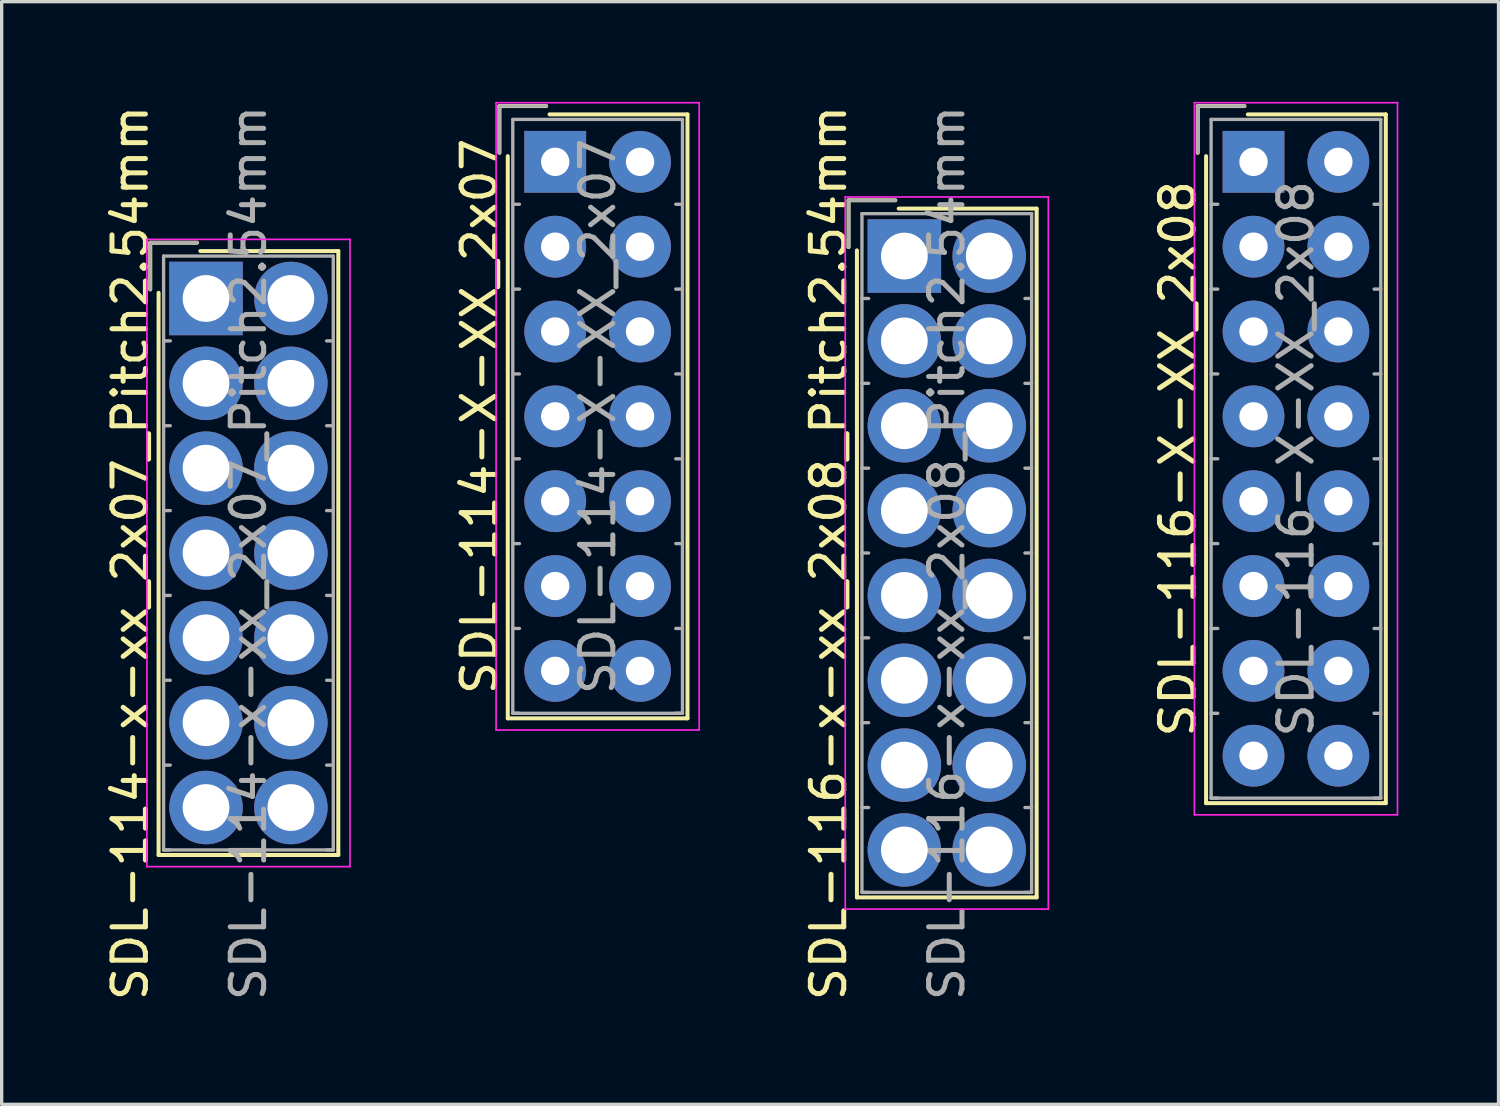
<source format=kicad_pcb>
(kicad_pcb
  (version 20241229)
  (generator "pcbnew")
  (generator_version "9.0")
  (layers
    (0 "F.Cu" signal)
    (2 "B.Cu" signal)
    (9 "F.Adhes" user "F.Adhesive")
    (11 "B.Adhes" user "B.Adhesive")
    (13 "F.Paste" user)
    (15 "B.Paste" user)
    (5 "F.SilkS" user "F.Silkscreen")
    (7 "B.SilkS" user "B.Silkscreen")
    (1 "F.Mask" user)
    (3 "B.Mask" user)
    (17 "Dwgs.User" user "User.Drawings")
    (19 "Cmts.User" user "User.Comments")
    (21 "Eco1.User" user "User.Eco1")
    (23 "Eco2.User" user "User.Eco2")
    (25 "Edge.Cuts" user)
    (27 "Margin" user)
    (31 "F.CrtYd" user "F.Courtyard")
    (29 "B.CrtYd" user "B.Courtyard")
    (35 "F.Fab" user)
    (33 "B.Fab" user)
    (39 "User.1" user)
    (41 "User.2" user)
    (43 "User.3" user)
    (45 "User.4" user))
  (footprint "SDL-114-X-XX_2x07"
    (layer "F.Cu")
    (at 13.572 1.795)
    (property "Reference" "SDL-114-X-XX_2x07" (at -2.27 7.62 90) (layer "F.SilkS") (effects (font (size 1 1) (thickness 0.15))))
    (attr through_hole)
    (fp_line (start -1.67 -1.67) (end -1.67 -0.27) (stroke (width 0.12) (type solid)) (layer "F.SilkS"))
    (fp_line (start -1.42 16.66) (end -1.42 -0.17) (stroke (width 0.12) (type solid)) (layer "F.SilkS"))
    (fp_line (start -0.27 -1.67) (end -1.67 -1.67) (stroke (width 0.12) (type solid)) (layer "F.SilkS"))
    (fp_line (start -0.17 -1.42) (end 3.96 -1.42) (stroke (width 0.12) (type solid)) (layer "F.SilkS"))
    (fp_line (start 3.96 -1.42) (end 3.96 16.66) (stroke (width 0.12) (type solid)) (layer "F.SilkS"))
    (fp_line (start 3.96 16.66) (end -1.42 16.66) (stroke (width 0.12) (type solid)) (layer "F.SilkS"))
    (fp_line (start -1.77 -1.77) (end -1.77 17.01) (stroke (width 0.05) (type solid)) (layer "F.CrtYd"))
    (fp_line (start -1.77 17.01) (end 4.31 17.01) (stroke (width 0.05) (type solid)) (layer "F.CrtYd"))
    (fp_line (start 4.31 -1.77) (end -1.77 -1.77) (stroke (width 0.05) (type solid)) (layer "F.CrtYd"))
    (fp_line (start 4.31 17.01) (end 4.31 -1.77) (stroke (width 0.05) (type solid)) (layer "F.CrtYd"))
    (fp_line (start -1.67 -1.67) (end -1.67 -0.27) (stroke (width 0.1) (type solid)) (layer "F.Fab"))
    (fp_line (start -1.27 -1.27) (end -1.27 16.51) (stroke (width 0.1) (type solid)) (layer "F.Fab"))
    (fp_line (start -1.27 1.27) (end -1.07 1.27) (stroke (width 0.1) (type solid)) (layer "F.Fab"))
    (fp_line (start -1.27 3.81) (end -1.07 3.81) (stroke (width 0.1) (type solid)) (layer "F.Fab"))
    (fp_line (start -1.27 6.35) (end -1.07 6.35) (stroke (width 0.1) (type solid)) (layer "F.Fab"))
    (fp_line (start -1.27 8.89) (end -1.07 8.89) (stroke (width 0.1) (type solid)) (layer "F.Fab"))
    (fp_line (start -1.27 11.43) (end -1.07 11.43) (stroke (width 0.1) (type solid)) (layer "F.Fab"))
    (fp_line (start -1.27 13.97) (end -1.07 13.97) (stroke (width 0.1) (type solid)) (layer "F.Fab"))
    (fp_line (start -1.27 16.51) (end -1.07 16.51) (stroke (width 0.1) (type solid)) (layer "F.Fab"))
    (fp_line (start -1.27 16.51) (end 3.81 16.51) (stroke (width 0.1) (type solid)) (layer "F.Fab"))
    (fp_line (start -0.27 -1.67) (end -1.67 -1.67) (stroke (width 0.1) (type solid)) (layer "F.Fab"))
    (fp_line (start 3.81 -1.27) (end -1.27 -1.27) (stroke (width 0.1) (type solid)) (layer "F.Fab"))
    (fp_line (start 3.81 1.27) (end 3.61 1.27) (stroke (width 0.1) (type solid)) (layer "F.Fab"))
    (fp_line (start 3.81 3.81) (end 3.61 3.81) (stroke (width 0.1) (type solid)) (layer "F.Fab"))
    (fp_line (start 3.81 6.35) (end 3.61 6.35) (stroke (width 0.1) (type solid)) (layer "F.Fab"))
    (fp_line (start 3.81 8.89) (end 3.61 8.89) (stroke (width 0.1) (type solid)) (layer "F.Fab"))
    (fp_line (start 3.81 11.43) (end 3.61 11.43) (stroke (width 0.1) (type solid)) (layer "F.Fab"))
    (fp_line (start 3.81 13.97) (end 3.61 13.97) (stroke (width 0.1) (type solid)) (layer "F.Fab"))
    (fp_line (start 3.81 16.51) (end 3.61 16.51) (stroke (width 0.1) (type solid)) (layer "F.Fab"))
    (fp_line (start 3.81 16.51) (end 3.81 -1.27) (stroke (width 0.1) (type solid)) (layer "F.Fab"))
    (fp_text user "${REFERENCE}" (at 1.27 7.62 90) (layer "F.Fab") (effects (font (size 1 1) (thickness 0.15))))
    (pad "1" thru_hole rect (at 0 0) (size 1.85 1.85) (drill 0.85) (layers "*.Cu" "*.Mask"))
    (pad "2" thru_hole circle (at 2.54 0) (size 1.85 1.85) (drill 0.85) (layers "*.Cu" "*.Mask"))
    (pad "3" thru_hole circle (at 0 2.54) (size 1.85 1.85) (drill 0.85) (layers "*.Cu" "*.Mask"))
    (pad "4" thru_hole circle (at 2.54 2.54) (size 1.85 1.85) (drill 0.85) (layers "*.Cu" "*.Mask"))
    (pad "5" thru_hole circle (at 0 5.08) (size 1.85 1.85) (drill 0.85) (layers "*.Cu" "*.Mask"))
    (pad "6" thru_hole circle (at 2.54 5.08) (size 1.85 1.85) (drill 0.85) (layers "*.Cu" "*.Mask"))
    (pad "7" thru_hole circle (at 0 7.62) (size 1.85 1.85) (drill 0.85) (layers "*.Cu" "*.Mask"))
    (pad "8" thru_hole circle (at 2.54 7.62) (size 1.85 1.85) (drill 0.85) (layers "*.Cu" "*.Mask"))
    (pad "9" thru_hole circle (at 0 10.16) (size 1.85 1.85) (drill 0.85) (layers "*.Cu" "*.Mask"))
    (pad "10" thru_hole circle (at 2.54 10.16) (size 1.85 1.85) (drill 0.85) (layers "*.Cu" "*.Mask"))
    (pad "11" thru_hole circle (at 0 12.7) (size 1.85 1.85) (drill 0.85) (layers "*.Cu" "*.Mask"))
    (pad "12" thru_hole circle (at 2.54 12.7) (size 1.85 1.85) (drill 0.85) (layers "*.Cu" "*.Mask"))
    (pad "13" thru_hole circle (at 0 15.24) (size 1.85 1.85) (drill 0.85) (layers "*.Cu" "*.Mask"))
    (pad "14" thru_hole circle (at 2.54 15.24) (size 1.85 1.85) (drill 0.85) (layers "*.Cu" "*.Mask")))
  (footprint "SDL-116-x-xx_2x08_Pitch2.54mm"
    (layer "F.Cu")
    (at 24.025 4.616)
    (property "Reference" "SDL-116-x-xx_2x08_Pitch2.54mm" (at -2.27 8.89 90) (layer "F.SilkS") (effects (font (size 1 1) (thickness 0.15))))
    (attr through_hole)
    (fp_line (start -1.67 -1.67) (end -1.67 -0.27) (stroke (width 0.12) (type solid)) (layer "F.SilkS"))
    (fp_line (start -1.42 19.2) (end -1.42 -0.17) (stroke (width 0.12) (type solid)) (layer "F.SilkS"))
    (fp_line (start -0.27 -1.67) (end -1.67 -1.67) (stroke (width 0.12) (type solid)) (layer "F.SilkS"))
    (fp_line (start -0.17 -1.42) (end 3.96 -1.42) (stroke (width 0.12) (type solid)) (layer "F.SilkS"))
    (fp_line (start 3.96 -1.42) (end 3.96 19.2) (stroke (width 0.12) (type solid)) (layer "F.SilkS"))
    (fp_line (start 3.96 19.2) (end -1.42 19.2) (stroke (width 0.12) (type solid)) (layer "F.SilkS"))
    (fp_line (start -1.77 -1.77) (end -1.77 19.55) (stroke (width 0.05) (type solid)) (layer "F.CrtYd"))
    (fp_line (start -1.77 19.55) (end 4.31 19.55) (stroke (width 0.05) (type solid)) (layer "F.CrtYd"))
    (fp_line (start 4.31 -1.77) (end -1.77 -1.77) (stroke (width 0.05) (type solid)) (layer "F.CrtYd"))
    (fp_line (start 4.31 19.55) (end 4.31 -1.77) (stroke (width 0.05) (type solid)) (layer "F.CrtYd"))
    (fp_line (start -1.67 -1.67) (end -1.67 -0.27) (stroke (width 0.1) (type solid)) (layer "F.Fab"))
    (fp_line (start -1.27 -1.27) (end -1.27 19.05) (stroke (width 0.1) (type solid)) (layer "F.Fab"))
    (fp_line (start -1.27 1.27) (end -1.07 1.27) (stroke (width 0.1) (type solid)) (layer "F.Fab"))
    (fp_line (start -1.27 3.81) (end -1.07 3.81) (stroke (width 0.1) (type solid)) (layer "F.Fab"))
    (fp_line (start -1.27 6.35) (end -1.07 6.35) (stroke (width 0.1) (type solid)) (layer "F.Fab"))
    (fp_line (start -1.27 8.89) (end -1.07 8.89) (stroke (width 0.1) (type solid)) (layer "F.Fab"))
    (fp_line (start -1.27 11.43) (end -1.07 11.43) (stroke (width 0.1) (type solid)) (layer "F.Fab"))
    (fp_line (start -1.27 13.97) (end -1.07 13.97) (stroke (width 0.1) (type solid)) (layer "F.Fab"))
    (fp_line (start -1.27 16.51) (end -1.07 16.51) (stroke (width 0.1) (type solid)) (layer "F.Fab"))
    (fp_line (start -1.27 19.05) (end -1.07 19.05) (stroke (width 0.1) (type solid)) (layer "F.Fab"))
    (fp_line (start -1.27 19.05) (end 3.81 19.05) (stroke (width 0.1) (type solid)) (layer "F.Fab"))
    (fp_line (start -0.27 -1.67) (end -1.67 -1.67) (stroke (width 0.1) (type solid)) (layer "F.Fab"))
    (fp_line (start 3.81 -1.27) (end -1.27 -1.27) (stroke (width 0.1) (type solid)) (layer "F.Fab"))
    (fp_line (start 3.81 1.27) (end 3.61 1.27) (stroke (width 0.1) (type solid)) (layer "F.Fab"))
    (fp_line (start 3.81 3.81) (end 3.61 3.81) (stroke (width 0.1) (type solid)) (layer "F.Fab"))
    (fp_line (start 3.81 6.35) (end 3.61 6.35) (stroke (width 0.1) (type solid)) (layer "F.Fab"))
    (fp_line (start 3.81 8.89) (end 3.61 8.89) (stroke (width 0.1) (type solid)) (layer "F.Fab"))
    (fp_line (start 3.81 11.43) (end 3.61 11.43) (stroke (width 0.1) (type solid)) (layer "F.Fab"))
    (fp_line (start 3.81 13.97) (end 3.61 13.97) (stroke (width 0.1) (type solid)) (layer "F.Fab"))
    (fp_line (start 3.81 16.51) (end 3.61 16.51) (stroke (width 0.1) (type solid)) (layer "F.Fab"))
    (fp_line (start 3.81 19.05) (end 3.61 19.05) (stroke (width 0.1) (type solid)) (layer "F.Fab"))
    (fp_line (start 3.81 19.05) (end 3.81 -1.27) (stroke (width 0.1) (type solid)) (layer "F.Fab"))
    (fp_text user "${REFERENCE}" (at 1.27 8.89 90) (layer "F.Fab") (effects (font (size 1 1) (thickness 0.15))))
    (pad "1" thru_hole rect (at 0 0) (size 2.2 2.2) (drill 1.4) (layers "*.Cu" "*.Mask"))
    (pad "2" thru_hole circle (at 2.54 0) (size 2.2 2.2) (drill 1.4) (layers "*.Cu" "*.Mask"))
    (pad "3" thru_hole circle (at 0 2.54) (size 2.2 2.2) (drill 1.4) (layers "*.Cu" "*.Mask"))
    (pad "4" thru_hole circle (at 2.54 2.54) (size 2.2 2.2) (drill 1.4) (layers "*.Cu" "*.Mask"))
    (pad "5" thru_hole circle (at 0 5.08) (size 2.2 2.2) (drill 1.4) (layers "*.Cu" "*.Mask"))
    (pad "6" thru_hole circle (at 2.54 5.08) (size 2.2 2.2) (drill 1.4) (layers "*.Cu" "*.Mask"))
    (pad "7" thru_hole circle (at 0 7.62) (size 2.2 2.2) (drill 1.4) (layers "*.Cu" "*.Mask"))
    (pad "8" thru_hole circle (at 2.54 7.62) (size 2.2 2.2) (drill 1.4) (layers "*.Cu" "*.Mask"))
    (pad "9" thru_hole circle (at 0 10.16) (size 2.2 2.2) (drill 1.4) (layers "*.Cu" "*.Mask"))
    (pad "10" thru_hole circle (at 2.54 10.16) (size 2.2 2.2) (drill 1.4) (layers "*.Cu" "*.Mask"))
    (pad "11" thru_hole circle (at 0 12.7) (size 2.2 2.2) (drill 1.4) (layers "*.Cu" "*.Mask"))
    (pad "12" thru_hole circle (at 2.54 12.7) (size 2.2 2.2) (drill 1.4) (layers "*.Cu" "*.Mask"))
    (pad "13" thru_hole circle (at 0 15.24) (size 2.2 2.2) (drill 1.4) (layers "*.Cu" "*.Mask"))
    (pad "14" thru_hole circle (at 2.54 15.24) (size 2.2 2.2) (drill 1.4) (layers "*.Cu" "*.Mask"))
    (pad "15" thru_hole circle (at 0 17.78) (size 2.2 2.2) (drill 1.4) (layers "*.Cu" "*.Mask"))
    (pad "16" thru_hole circle (at 2.54 17.78) (size 2.2 2.2) (drill 1.4) (layers "*.Cu" "*.Mask")))
  (footprint "SDL-114-x-xx_2x07_Pitch2.54mm"
    (layer "F.Cu")
    (at 3.118 5.886)
    (property "Reference" "SDL-114-x-xx_2x07_Pitch2.54mm" (at -2.27 7.62 90) (layer "F.SilkS") (effects (font (size 1 1) (thickness 0.15))))
    (attr through_hole)
    (fp_line (start -1.67 -1.67) (end -1.67 -0.27) (stroke (width 0.12) (type solid)) (layer "F.SilkS"))
    (fp_line (start -1.42 16.66) (end -1.42 -0.17) (stroke (width 0.12) (type solid)) (layer "F.SilkS"))
    (fp_line (start -0.27 -1.67) (end -1.67 -1.67) (stroke (width 0.12) (type solid)) (layer "F.SilkS"))
    (fp_line (start -0.17 -1.42) (end 3.96 -1.42) (stroke (width 0.12) (type solid)) (layer "F.SilkS"))
    (fp_line (start 3.96 -1.42) (end 3.96 16.66) (stroke (width 0.12) (type solid)) (layer "F.SilkS"))
    (fp_line (start 3.96 16.66) (end -1.42 16.66) (stroke (width 0.12) (type solid)) (layer "F.SilkS"))
    (fp_line (start -1.77 -1.77) (end -1.77 17.01) (stroke (width 0.05) (type solid)) (layer "F.CrtYd"))
    (fp_line (start -1.77 17.01) (end 4.31 17.01) (stroke (width 0.05) (type solid)) (layer "F.CrtYd"))
    (fp_line (start 4.31 -1.77) (end -1.77 -1.77) (stroke (width 0.05) (type solid)) (layer "F.CrtYd"))
    (fp_line (start 4.31 17.01) (end 4.31 -1.77) (stroke (width 0.05) (type solid)) (layer "F.CrtYd"))
    (fp_line (start -1.67 -1.67) (end -1.67 -0.27) (stroke (width 0.1) (type solid)) (layer "F.Fab"))
    (fp_line (start -1.27 -1.27) (end -1.27 16.51) (stroke (width 0.1) (type solid)) (layer "F.Fab"))
    (fp_line (start -1.27 1.27) (end -1.07 1.27) (stroke (width 0.1) (type solid)) (layer "F.Fab"))
    (fp_line (start -1.27 3.81) (end -1.07 3.81) (stroke (width 0.1) (type solid)) (layer "F.Fab"))
    (fp_line (start -1.27 6.35) (end -1.07 6.35) (stroke (width 0.1) (type solid)) (layer "F.Fab"))
    (fp_line (start -1.27 8.89) (end -1.07 8.89) (stroke (width 0.1) (type solid)) (layer "F.Fab"))
    (fp_line (start -1.27 11.43) (end -1.07 11.43) (stroke (width 0.1) (type solid)) (layer "F.Fab"))
    (fp_line (start -1.27 13.97) (end -1.07 13.97) (stroke (width 0.1) (type solid)) (layer "F.Fab"))
    (fp_line (start -1.27 16.51) (end -1.07 16.51) (stroke (width 0.1) (type solid)) (layer "F.Fab"))
    (fp_line (start -1.27 16.51) (end 3.81 16.51) (stroke (width 0.1) (type solid)) (layer "F.Fab"))
    (fp_line (start -0.27 -1.67) (end -1.67 -1.67) (stroke (width 0.1) (type solid)) (layer "F.Fab"))
    (fp_line (start 3.81 -1.27) (end -1.27 -1.27) (stroke (width 0.1) (type solid)) (layer "F.Fab"))
    (fp_line (start 3.81 1.27) (end 3.61 1.27) (stroke (width 0.1) (type solid)) (layer "F.Fab"))
    (fp_line (start 3.81 3.81) (end 3.61 3.81) (stroke (width 0.1) (type solid)) (layer "F.Fab"))
    (fp_line (start 3.81 6.35) (end 3.61 6.35) (stroke (width 0.1) (type solid)) (layer "F.Fab"))
    (fp_line (start 3.81 8.89) (end 3.61 8.89) (stroke (width 0.1) (type solid)) (layer "F.Fab"))
    (fp_line (start 3.81 11.43) (end 3.61 11.43) (stroke (width 0.1) (type solid)) (layer "F.Fab"))
    (fp_line (start 3.81 13.97) (end 3.61 13.97) (stroke (width 0.1) (type solid)) (layer "F.Fab"))
    (fp_line (start 3.81 16.51) (end 3.61 16.51) (stroke (width 0.1) (type solid)) (layer "F.Fab"))
    (fp_line (start 3.81 16.51) (end 3.81 -1.27) (stroke (width 0.1) (type solid)) (layer "F.Fab"))
    (fp_text user "${REFERENCE}" (at 1.27 7.62 90) (layer "F.Fab") (effects (font (size 1 1) (thickness 0.15))))
    (pad "1" thru_hole rect (at 0 0) (size 2.2 2.2) (drill 1.4) (layers "*.Cu" "*.Mask"))
    (pad "2" thru_hole circle (at 2.54 0) (size 2.2 2.2) (drill 1.4) (layers "*.Cu" "*.Mask"))
    (pad "3" thru_hole circle (at 0 2.54) (size 2.2 2.2) (drill 1.4) (layers "*.Cu" "*.Mask"))
    (pad "4" thru_hole circle (at 2.54 2.54) (size 2.2 2.2) (drill 1.4) (layers "*.Cu" "*.Mask"))
    (pad "5" thru_hole circle (at 0 5.08) (size 2.2 2.2) (drill 1.4) (layers "*.Cu" "*.Mask"))
    (pad "6" thru_hole circle (at 2.54 5.08) (size 2.2 2.2) (drill 1.4) (layers "*.Cu" "*.Mask"))
    (pad "7" thru_hole circle (at 0 7.62) (size 2.2 2.2) (drill 1.4) (layers "*.Cu" "*.Mask"))
    (pad "8" thru_hole circle (at 2.54 7.62) (size 2.2 2.2) (drill 1.4) (layers "*.Cu" "*.Mask"))
    (pad "9" thru_hole circle (at 0 10.16) (size 2.2 2.2) (drill 1.4) (layers "*.Cu" "*.Mask"))
    (pad "10" thru_hole circle (at 2.54 10.16) (size 2.2 2.2) (drill 1.4) (layers "*.Cu" "*.Mask"))
    (pad "11" thru_hole circle (at 0 12.7) (size 2.2 2.2) (drill 1.4) (layers "*.Cu" "*.Mask"))
    (pad "12" thru_hole circle (at 2.54 12.7) (size 2.2 2.2) (drill 1.4) (layers "*.Cu" "*.Mask"))
    (pad "13" thru_hole circle (at 0 15.24) (size 2.2 2.2) (drill 1.4) (layers "*.Cu" "*.Mask"))
    (pad "14" thru_hole circle (at 2.54 15.24) (size 2.2 2.2) (drill 1.4) (layers "*.Cu" "*.Mask")))
  (footprint "SDL-116-X-XX_2x08"
    (layer "F.Cu")
    (at 34.478 1.795)
    (property "Reference" "SDL-116-X-XX_2x08" (at -2.27 8.89 90) (layer "F.SilkS") (effects (font (size 1 1) (thickness 0.15))))
    (attr through_hole)
    (fp_line (start -1.67 -1.67) (end -1.67 -0.27) (stroke (width 0.12) (type solid)) (layer "F.SilkS"))
    (fp_line (start -1.42 19.2) (end -1.42 -0.17) (stroke (width 0.12) (type solid)) (layer "F.SilkS"))
    (fp_line (start -0.27 -1.67) (end -1.67 -1.67) (stroke (width 0.12) (type solid)) (layer "F.SilkS"))
    (fp_line (start -0.17 -1.42) (end 3.96 -1.42) (stroke (width 0.12) (type solid)) (layer "F.SilkS"))
    (fp_line (start 3.96 -1.42) (end 3.96 19.2) (stroke (width 0.12) (type solid)) (layer "F.SilkS"))
    (fp_line (start 3.96 19.2) (end -1.42 19.2) (stroke (width 0.12) (type solid)) (layer "F.SilkS"))
    (fp_line (start -1.77 -1.77) (end -1.77 19.55) (stroke (width 0.05) (type solid)) (layer "F.CrtYd"))
    (fp_line (start -1.77 19.55) (end 4.31 19.55) (stroke (width 0.05) (type solid)) (layer "F.CrtYd"))
    (fp_line (start 4.31 -1.77) (end -1.77 -1.77) (stroke (width 0.05) (type solid)) (layer "F.CrtYd"))
    (fp_line (start 4.31 19.55) (end 4.31 -1.77) (stroke (width 0.05) (type solid)) (layer "F.CrtYd"))
    (fp_line (start -1.67 -1.67) (end -1.67 -0.27) (stroke (width 0.1) (type solid)) (layer "F.Fab"))
    (fp_line (start -1.27 -1.27) (end -1.27 19.05) (stroke (width 0.1) (type solid)) (layer "F.Fab"))
    (fp_line (start -1.27 1.27) (end -1.07 1.27) (stroke (width 0.1) (type solid)) (layer "F.Fab"))
    (fp_line (start -1.27 3.81) (end -1.07 3.81) (stroke (width 0.1) (type solid)) (layer "F.Fab"))
    (fp_line (start -1.27 6.35) (end -1.07 6.35) (stroke (width 0.1) (type solid)) (layer "F.Fab"))
    (fp_line (start -1.27 8.89) (end -1.07 8.89) (stroke (width 0.1) (type solid)) (layer "F.Fab"))
    (fp_line (start -1.27 11.43) (end -1.07 11.43) (stroke (width 0.1) (type solid)) (layer "F.Fab"))
    (fp_line (start -1.27 13.97) (end -1.07 13.97) (stroke (width 0.1) (type solid)) (layer "F.Fab"))
    (fp_line (start -1.27 16.51) (end -1.07 16.51) (stroke (width 0.1) (type solid)) (layer "F.Fab"))
    (fp_line (start -1.27 19.05) (end -1.07 19.05) (stroke (width 0.1) (type solid)) (layer "F.Fab"))
    (fp_line (start -1.27 19.05) (end 3.81 19.05) (stroke (width 0.1) (type solid)) (layer "F.Fab"))
    (fp_line (start -0.27 -1.67) (end -1.67 -1.67) (stroke (width 0.1) (type solid)) (layer "F.Fab"))
    (fp_line (start 3.81 -1.27) (end -1.27 -1.27) (stroke (width 0.1) (type solid)) (layer "F.Fab"))
    (fp_line (start 3.81 1.27) (end 3.61 1.27) (stroke (width 0.1) (type solid)) (layer "F.Fab"))
    (fp_line (start 3.81 3.81) (end 3.61 3.81) (stroke (width 0.1) (type solid)) (layer "F.Fab"))
    (fp_line (start 3.81 6.35) (end 3.61 6.35) (stroke (width 0.1) (type solid)) (layer "F.Fab"))
    (fp_line (start 3.81 8.89) (end 3.61 8.89) (stroke (width 0.1) (type solid)) (layer "F.Fab"))
    (fp_line (start 3.81 11.43) (end 3.61 11.43) (stroke (width 0.1) (type solid)) (layer "F.Fab"))
    (fp_line (start 3.81 13.97) (end 3.61 13.97) (stroke (width 0.1) (type solid)) (layer "F.Fab"))
    (fp_line (start 3.81 16.51) (end 3.61 16.51) (stroke (width 0.1) (type solid)) (layer "F.Fab"))
    (fp_line (start 3.81 19.05) (end 3.61 19.05) (stroke (width 0.1) (type solid)) (layer "F.Fab"))
    (fp_line (start 3.81 19.05) (end 3.81 -1.27) (stroke (width 0.1) (type solid)) (layer "F.Fab"))
    (fp_text user "${REFERENCE}" (at 1.27 8.89 90) (layer "F.Fab") (effects (font (size 1 1) (thickness 0.15))))
    (pad "1" thru_hole rect (at 0 0) (size 1.85 1.85) (drill 0.85) (layers "*.Cu" "*.Mask"))
    (pad "2" thru_hole circle (at 2.54 0) (size 1.85 1.85) (drill 0.85) (layers "*.Cu" "*.Mask"))
    (pad "3" thru_hole circle (at 0 2.54) (size 1.85 1.85) (drill 0.85) (layers "*.Cu" "*.Mask"))
    (pad "4" thru_hole circle (at 2.54 2.54) (size 1.85 1.85) (drill 0.85) (layers "*.Cu" "*.Mask"))
    (pad "5" thru_hole circle (at 0 5.08) (size 1.85 1.85) (drill 0.85) (layers "*.Cu" "*.Mask"))
    (pad "6" thru_hole circle (at 2.54 5.08) (size 1.85 1.85) (drill 0.85) (layers "*.Cu" "*.Mask"))
    (pad "7" thru_hole circle (at 0 7.62) (size 1.85 1.85) (drill 0.85) (layers "*.Cu" "*.Mask"))
    (pad "8" thru_hole circle (at 2.54 7.62) (size 1.85 1.85) (drill 0.85) (layers "*.Cu" "*.Mask"))
    (pad "9" thru_hole circle (at 0 10.16) (size 1.85 1.85) (drill 0.85) (layers "*.Cu" "*.Mask"))
    (pad "10" thru_hole circle (at 2.54 10.16) (size 1.85 1.85) (drill 0.85) (layers "*.Cu" "*.Mask"))
    (pad "11" thru_hole circle (at 0 12.7) (size 1.85 1.85) (drill 0.85) (layers "*.Cu" "*.Mask"))
    (pad "12" thru_hole circle (at 2.54 12.7) (size 1.85 1.85) (drill 0.85) (layers "*.Cu" "*.Mask"))
    (pad "13" thru_hole circle (at 0 15.24) (size 1.85 1.85) (drill 0.85) (layers "*.Cu" "*.Mask"))
    (pad "14" thru_hole circle (at 2.54 15.24) (size 1.85 1.85) (drill 0.85) (layers "*.Cu" "*.Mask"))
    (pad "15" thru_hole circle (at 0 17.78) (size 1.85 1.85) (drill 0.85) (layers "*.Cu" "*.Mask"))
    (pad "16" thru_hole circle (at 2.54 17.78) (size 1.85 1.85) (drill 0.85) (layers "*.Cu" "*.Mask")))
  (gr_rect
    (start -3 -3)
    (end 41.813 30.012)
    (stroke (width 0.1) (type default))
    (fill no)
    (layer "Edge.Cuts")))
</source>
